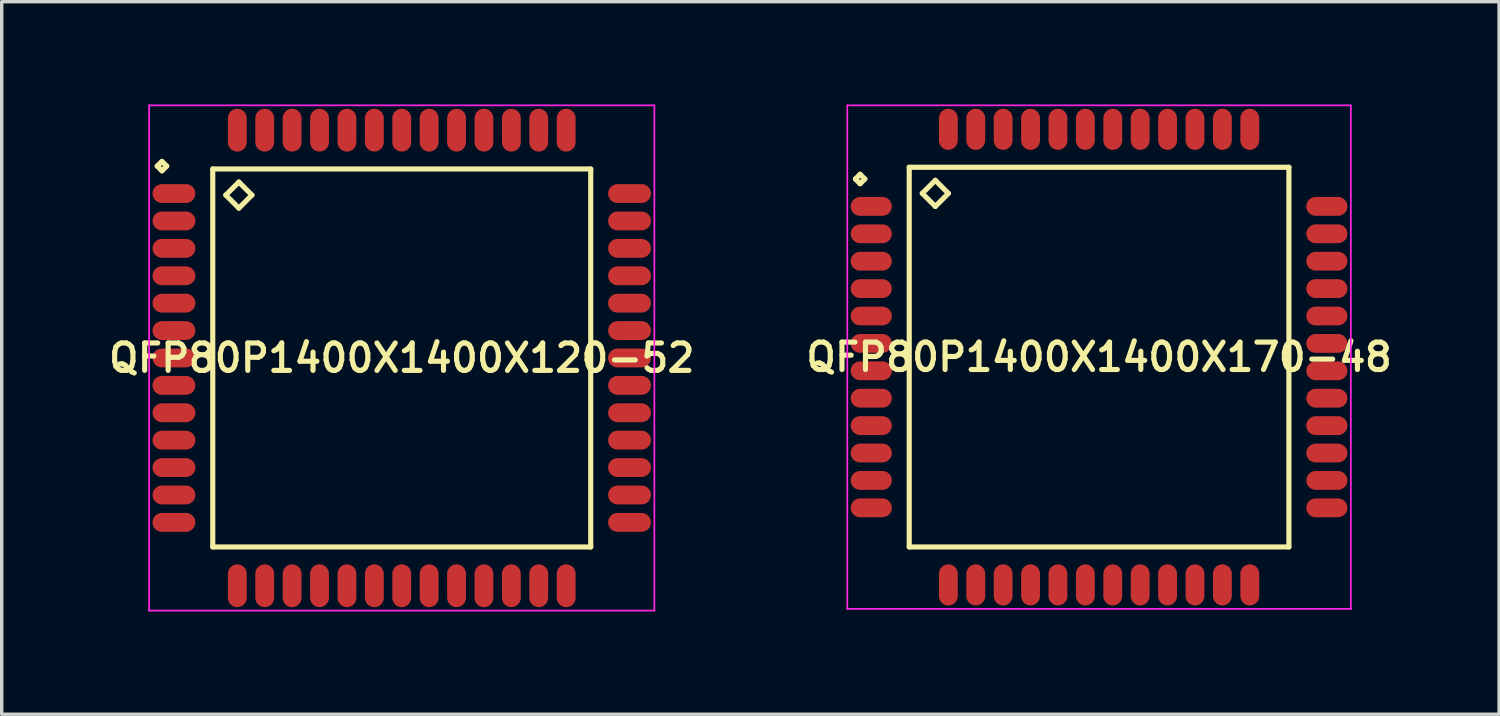
<source format=kicad_pcb>
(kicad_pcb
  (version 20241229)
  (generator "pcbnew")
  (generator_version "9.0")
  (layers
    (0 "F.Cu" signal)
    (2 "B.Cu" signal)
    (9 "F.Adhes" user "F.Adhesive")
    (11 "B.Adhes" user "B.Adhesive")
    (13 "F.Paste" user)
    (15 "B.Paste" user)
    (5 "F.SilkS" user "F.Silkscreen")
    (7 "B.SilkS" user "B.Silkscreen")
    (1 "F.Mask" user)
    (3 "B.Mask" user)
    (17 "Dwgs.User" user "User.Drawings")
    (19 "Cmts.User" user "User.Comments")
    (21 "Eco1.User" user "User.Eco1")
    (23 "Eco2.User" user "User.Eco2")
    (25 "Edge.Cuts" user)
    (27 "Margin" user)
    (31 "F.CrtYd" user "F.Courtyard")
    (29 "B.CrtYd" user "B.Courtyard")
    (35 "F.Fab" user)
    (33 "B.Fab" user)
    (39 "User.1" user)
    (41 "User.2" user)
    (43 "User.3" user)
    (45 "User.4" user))
  (footprint "QFP80P1400X1400X120-52"
    (layer "F.Cu")
    (at 8.678 7.4)
    (property "Reference" "QFP80P1400X1400X120-52" (at 0 0 0) (layer "F.SilkS") (effects (font (size 0.8 0.8) (thickness 0.15))))
    (attr smd)
    (fp_line (start -7.138 -5.6) (end -7 -5.737) (stroke (width 0.15) (type solid)) (layer "F.SilkS"))
    (fp_line (start -7 -5.737) (end -6.862 -5.6) (stroke (width 0.15) (type solid)) (layer "F.SilkS"))
    (fp_line (start -7 -5.463) (end -7.138 -5.6) (stroke (width 0.15) (type solid)) (layer "F.SilkS"))
    (fp_line (start -6.862 -5.6) (end -7 -5.463) (stroke (width 0.15) (type solid)) (layer "F.SilkS"))
    (fp_line (start -5.517 -5.517) (end -5.517 5.517) (stroke (width 0.15) (type solid)) (layer "F.SilkS"))
    (fp_line (start -5.517 5.517) (end 5.517 5.517) (stroke (width 0.15) (type solid)) (layer "F.SilkS"))
    (fp_line (start -5.136 -4.755) (end -4.755 -5.136) (stroke (width 0.15) (type solid)) (layer "F.SilkS"))
    (fp_line (start -4.755 -5.136) (end -4.374 -4.755) (stroke (width 0.15) (type solid)) (layer "F.SilkS"))
    (fp_line (start -4.755 -4.374) (end -5.136 -4.755) (stroke (width 0.15) (type solid)) (layer "F.SilkS"))
    (fp_line (start -4.374 -4.755) (end -4.755 -4.374) (stroke (width 0.15) (type solid)) (layer "F.SilkS"))
    (fp_line (start 5.517 -5.517) (end -5.517 -5.517) (stroke (width 0.15) (type solid)) (layer "F.SilkS"))
    (fp_line (start 5.517 5.517) (end 5.517 -5.517) (stroke (width 0.15) (type solid)) (layer "F.SilkS"))
    (fp_line (start -7.375 -7.375) (end 7.375 -7.375) (stroke (width 0.05) (type solid)) (layer "F.CrtYd"))
    (fp_line (start -7.375 7.375) (end -7.375 -7.375) (stroke (width 0.05) (type solid)) (layer "F.CrtYd"))
    (fp_line (start 7.375 -7.375) (end 7.375 7.375) (stroke (width 0.05) (type solid)) (layer "F.CrtYd"))
    (fp_line (start 7.375 7.375) (end -7.375 7.375) (stroke (width 0.05) (type solid)) (layer "F.CrtYd"))
    (pad "1" smd oval (at -6.65 -4.8) (size 1.25 0.55) (layers "F.Cu" "F.Mask" "F.Paste"))
    (pad "2" smd oval (at -6.65 -4) (size 1.25 0.55) (layers "F.Cu" "F.Mask" "F.Paste"))
    (pad "3" smd oval (at -6.65 -3.2) (size 1.25 0.55) (layers "F.Cu" "F.Mask" "F.Paste"))
    (pad "4" smd oval (at -6.65 -2.4) (size 1.25 0.55) (layers "F.Cu" "F.Mask" "F.Paste"))
    (pad "5" smd oval (at -6.65 -1.6) (size 1.25 0.55) (layers "F.Cu" "F.Mask" "F.Paste"))
    (pad "6" smd oval (at -6.65 -0.8) (size 1.25 0.55) (layers "F.Cu" "F.Mask" "F.Paste"))
    (pad "7" smd oval (at -6.65 0) (size 1.25 0.55) (layers "F.Cu" "F.Mask" "F.Paste"))
    (pad "8" smd oval (at -6.65 0.8) (size 1.25 0.55) (layers "F.Cu" "F.Mask" "F.Paste"))
    (pad "9" smd oval (at -6.65 1.6) (size 1.25 0.55) (layers "F.Cu" "F.Mask" "F.Paste"))
    (pad "10" smd oval (at -6.65 2.4) (size 1.25 0.55) (layers "F.Cu" "F.Mask" "F.Paste"))
    (pad "11" smd oval (at -6.65 3.2) (size 1.25 0.55) (layers "F.Cu" "F.Mask" "F.Paste"))
    (pad "12" smd oval (at -6.65 4) (size 1.25 0.55) (layers "F.Cu" "F.Mask" "F.Paste"))
    (pad "13" smd oval (at -6.65 4.8) (size 1.25 0.55) (layers "F.Cu" "F.Mask" "F.Paste"))
    (pad "14" smd oval (at -4.8 6.65) (size 0.55 1.25) (layers "F.Cu" "F.Mask" "F.Paste"))
    (pad "15" smd oval (at -4 6.65) (size 0.55 1.25) (layers "F.Cu" "F.Mask" "F.Paste"))
    (pad "16" smd oval (at -3.2 6.65) (size 0.55 1.25) (layers "F.Cu" "F.Mask" "F.Paste"))
    (pad "17" smd oval (at -2.4 6.65) (size 0.55 1.25) (layers "F.Cu" "F.Mask" "F.Paste"))
    (pad "18" smd oval (at -1.6 6.65) (size 0.55 1.25) (layers "F.Cu" "F.Mask" "F.Paste"))
    (pad "19" smd oval (at -0.8 6.65) (size 0.55 1.25) (layers "F.Cu" "F.Mask" "F.Paste"))
    (pad "20" smd oval (at 0 6.65) (size 0.55 1.25) (layers "F.Cu" "F.Mask" "F.Paste"))
    (pad "21" smd oval (at 0.8 6.65) (size 0.55 1.25) (layers "F.Cu" "F.Mask" "F.Paste"))
    (pad "22" smd oval (at 1.6 6.65) (size 0.55 1.25) (layers "F.Cu" "F.Mask" "F.Paste"))
    (pad "23" smd oval (at 2.4 6.65) (size 0.55 1.25) (layers "F.Cu" "F.Mask" "F.Paste"))
    (pad "24" smd oval (at 3.2 6.65) (size 0.55 1.25) (layers "F.Cu" "F.Mask" "F.Paste"))
    (pad "25" smd oval (at 4 6.65) (size 0.55 1.25) (layers "F.Cu" "F.Mask" "F.Paste"))
    (pad "26" smd oval (at 4.8 6.65) (size 0.55 1.25) (layers "F.Cu" "F.Mask" "F.Paste"))
    (pad "27" smd oval (at 6.65 4.8) (size 1.25 0.55) (layers "F.Cu" "F.Mask" "F.Paste"))
    (pad "28" smd oval (at 6.65 4) (size 1.25 0.55) (layers "F.Cu" "F.Mask" "F.Paste"))
    (pad "29" smd oval (at 6.65 3.2) (size 1.25 0.55) (layers "F.Cu" "F.Mask" "F.Paste"))
    (pad "30" smd oval (at 6.65 2.4) (size 1.25 0.55) (layers "F.Cu" "F.Mask" "F.Paste"))
    (pad "31" smd oval (at 6.65 1.6) (size 1.25 0.55) (layers "F.Cu" "F.Mask" "F.Paste"))
    (pad "32" smd oval (at 6.65 0.8) (size 1.25 0.55) (layers "F.Cu" "F.Mask" "F.Paste"))
    (pad "33" smd oval (at 6.65 0) (size 1.25 0.55) (layers "F.Cu" "F.Mask" "F.Paste"))
    (pad "34" smd oval (at 6.65 -0.8) (size 1.25 0.55) (layers "F.Cu" "F.Mask" "F.Paste"))
    (pad "35" smd oval (at 6.65 -1.6) (size 1.25 0.55) (layers "F.Cu" "F.Mask" "F.Paste"))
    (pad "36" smd oval (at 6.65 -2.4) (size 1.25 0.55) (layers "F.Cu" "F.Mask" "F.Paste"))
    (pad "37" smd oval (at 6.65 -3.2) (size 1.25 0.55) (layers "F.Cu" "F.Mask" "F.Paste"))
    (pad "38" smd oval (at 6.65 -4) (size 1.25 0.55) (layers "F.Cu" "F.Mask" "F.Paste"))
    (pad "39" smd oval (at 6.65 -4.8) (size 1.25 0.55) (layers "F.Cu" "F.Mask" "F.Paste"))
    (pad "40" smd oval (at 4.8 -6.65) (size 0.55 1.25) (layers "F.Cu" "F.Mask" "F.Paste"))
    (pad "41" smd oval (at 4 -6.65) (size 0.55 1.25) (layers "F.Cu" "F.Mask" "F.Paste"))
    (pad "42" smd oval (at 3.2 -6.65) (size 0.55 1.25) (layers "F.Cu" "F.Mask" "F.Paste"))
    (pad "43" smd oval (at 2.4 -6.65) (size 0.55 1.25) (layers "F.Cu" "F.Mask" "F.Paste"))
    (pad "44" smd oval (at 1.6 -6.65) (size 0.55 1.25) (layers "F.Cu" "F.Mask" "F.Paste"))
    (pad "45" smd oval (at 0.8 -6.65) (size 0.55 1.25) (layers "F.Cu" "F.Mask" "F.Paste"))
    (pad "46" smd oval (at 0 -6.65) (size 0.55 1.25) (layers "F.Cu" "F.Mask" "F.Paste"))
    (pad "47" smd oval (at -0.8 -6.65) (size 0.55 1.25) (layers "F.Cu" "F.Mask" "F.Paste"))
    (pad "48" smd oval (at -1.6 -6.65) (size 0.55 1.25) (layers "F.Cu" "F.Mask" "F.Paste"))
    (pad "49" smd oval (at -2.4 -6.65) (size 0.55 1.25) (layers "F.Cu" "F.Mask" "F.Paste"))
    (pad "50" smd oval (at -3.2 -6.65) (size 0.55 1.25) (layers "F.Cu" "F.Mask" "F.Paste"))
    (pad "51" smd oval (at -4 -6.65) (size 0.55 1.25) (layers "F.Cu" "F.Mask" "F.Paste"))
    (pad "52" smd oval (at -4.8 -6.65) (size 0.55 1.25) (layers "F.Cu" "F.Mask" "F.Paste")))
  (footprint "QFP80P1400X1400X170-48"
    (layer "F.Cu")
    (at 29.035 7.375)
    (property "Reference" "QFP80P1400X1400X170-48" (at 0 0 0) (layer "F.SilkS") (effects (font (size 0.8 0.8) (thickness 0.15))))
    (attr smd)
    (fp_line (start -7.112 -5.2) (end -6.975 -5.338) (stroke (width 0.15) (type solid)) (layer "F.SilkS"))
    (fp_line (start -6.975 -5.338) (end -6.838 -5.2) (stroke (width 0.15) (type solid)) (layer "F.SilkS"))
    (fp_line (start -6.975 -5.062) (end -7.112 -5.2) (stroke (width 0.15) (type solid)) (layer "F.SilkS"))
    (fp_line (start -6.838 -5.2) (end -6.975 -5.062) (stroke (width 0.15) (type solid)) (layer "F.SilkS"))
    (fp_line (start -5.542 -5.542) (end -5.542 5.542) (stroke (width 0.15) (type solid)) (layer "F.SilkS"))
    (fp_line (start -5.542 5.542) (end 5.542 5.542) (stroke (width 0.15) (type solid)) (layer "F.SilkS"))
    (fp_line (start -5.161 -4.78) (end -4.78 -5.161) (stroke (width 0.15) (type solid)) (layer "F.SilkS"))
    (fp_line (start -4.78 -5.161) (end -4.399 -4.78) (stroke (width 0.15) (type solid)) (layer "F.SilkS"))
    (fp_line (start -4.78 -4.399) (end -5.161 -4.78) (stroke (width 0.15) (type solid)) (layer "F.SilkS"))
    (fp_line (start -4.399 -4.78) (end -4.78 -4.399) (stroke (width 0.15) (type solid)) (layer "F.SilkS"))
    (fp_line (start 5.542 -5.542) (end -5.542 -5.542) (stroke (width 0.15) (type solid)) (layer "F.SilkS"))
    (fp_line (start 5.542 5.542) (end 5.542 -5.542) (stroke (width 0.15) (type solid)) (layer "F.SilkS"))
    (fp_line (start -7.35 -7.35) (end 7.35 -7.35) (stroke (width 0.05) (type solid)) (layer "F.CrtYd"))
    (fp_line (start -7.35 7.35) (end -7.35 -7.35) (stroke (width 0.05) (type solid)) (layer "F.CrtYd"))
    (fp_line (start 7.35 -7.35) (end 7.35 7.35) (stroke (width 0.05) (type solid)) (layer "F.CrtYd"))
    (fp_line (start 7.35 7.35) (end -7.35 7.35) (stroke (width 0.05) (type solid)) (layer "F.CrtYd"))
    (pad "1" smd oval (at -6.65 -4.4) (size 1.2 0.55) (layers "F.Cu" "F.Mask" "F.Paste"))
    (pad "2" smd oval (at -6.65 -3.6) (size 1.2 0.55) (layers "F.Cu" "F.Mask" "F.Paste"))
    (pad "3" smd oval (at -6.65 -2.8) (size 1.2 0.55) (layers "F.Cu" "F.Mask" "F.Paste"))
    (pad "4" smd oval (at -6.65 -2) (size 1.2 0.55) (layers "F.Cu" "F.Mask" "F.Paste"))
    (pad "5" smd oval (at -6.65 -1.2) (size 1.2 0.55) (layers "F.Cu" "F.Mask" "F.Paste"))
    (pad "6" smd oval (at -6.65 -0.4) (size 1.2 0.55) (layers "F.Cu" "F.Mask" "F.Paste"))
    (pad "7" smd oval (at -6.65 0.4) (size 1.2 0.55) (layers "F.Cu" "F.Mask" "F.Paste"))
    (pad "8" smd oval (at -6.65 1.2) (size 1.2 0.55) (layers "F.Cu" "F.Mask" "F.Paste"))
    (pad "9" smd oval (at -6.65 2) (size 1.2 0.55) (layers "F.Cu" "F.Mask" "F.Paste"))
    (pad "10" smd oval (at -6.65 2.8) (size 1.2 0.55) (layers "F.Cu" "F.Mask" "F.Paste"))
    (pad "11" smd oval (at -6.65 3.6) (size 1.2 0.55) (layers "F.Cu" "F.Mask" "F.Paste"))
    (pad "12" smd oval (at -6.65 4.4) (size 1.2 0.55) (layers "F.Cu" "F.Mask" "F.Paste"))
    (pad "13" smd oval (at -4.4 6.65) (size 0.55 1.2) (layers "F.Cu" "F.Mask" "F.Paste"))
    (pad "14" smd oval (at -3.6 6.65) (size 0.55 1.2) (layers "F.Cu" "F.Mask" "F.Paste"))
    (pad "15" smd oval (at -2.8 6.65) (size 0.55 1.2) (layers "F.Cu" "F.Mask" "F.Paste"))
    (pad "16" smd oval (at -2 6.65) (size 0.55 1.2) (layers "F.Cu" "F.Mask" "F.Paste"))
    (pad "17" smd oval (at -1.2 6.65) (size 0.55 1.2) (layers "F.Cu" "F.Mask" "F.Paste"))
    (pad "18" smd oval (at -0.4 6.65) (size 0.55 1.2) (layers "F.Cu" "F.Mask" "F.Paste"))
    (pad "19" smd oval (at 0.4 6.65) (size 0.55 1.2) (layers "F.Cu" "F.Mask" "F.Paste"))
    (pad "20" smd oval (at 1.2 6.65) (size 0.55 1.2) (layers "F.Cu" "F.Mask" "F.Paste"))
    (pad "21" smd oval (at 2 6.65) (size 0.55 1.2) (layers "F.Cu" "F.Mask" "F.Paste"))
    (pad "22" smd oval (at 2.8 6.65) (size 0.55 1.2) (layers "F.Cu" "F.Mask" "F.Paste"))
    (pad "23" smd oval (at 3.6 6.65) (size 0.55 1.2) (layers "F.Cu" "F.Mask" "F.Paste"))
    (pad "24" smd oval (at 4.4 6.65) (size 0.55 1.2) (layers "F.Cu" "F.Mask" "F.Paste"))
    (pad "25" smd oval (at 6.65 4.4) (size 1.2 0.55) (layers "F.Cu" "F.Mask" "F.Paste"))
    (pad "26" smd oval (at 6.65 3.6) (size 1.2 0.55) (layers "F.Cu" "F.Mask" "F.Paste"))
    (pad "27" smd oval (at 6.65 2.8) (size 1.2 0.55) (layers "F.Cu" "F.Mask" "F.Paste"))
    (pad "28" smd oval (at 6.65 2) (size 1.2 0.55) (layers "F.Cu" "F.Mask" "F.Paste"))
    (pad "29" smd oval (at 6.65 1.2) (size 1.2 0.55) (layers "F.Cu" "F.Mask" "F.Paste"))
    (pad "30" smd oval (at 6.65 0.4) (size 1.2 0.55) (layers "F.Cu" "F.Mask" "F.Paste"))
    (pad "31" smd oval (at 6.65 -0.4) (size 1.2 0.55) (layers "F.Cu" "F.Mask" "F.Paste"))
    (pad "32" smd oval (at 6.65 -1.2) (size 1.2 0.55) (layers "F.Cu" "F.Mask" "F.Paste"))
    (pad "33" smd oval (at 6.65 -2) (size 1.2 0.55) (layers "F.Cu" "F.Mask" "F.Paste"))
    (pad "34" smd oval (at 6.65 -2.8) (size 1.2 0.55) (layers "F.Cu" "F.Mask" "F.Paste"))
    (pad "35" smd oval (at 6.65 -3.6) (size 1.2 0.55) (layers "F.Cu" "F.Mask" "F.Paste"))
    (pad "36" smd oval (at 6.65 -4.4) (size 1.2 0.55) (layers "F.Cu" "F.Mask" "F.Paste"))
    (pad "37" smd oval (at 4.4 -6.65) (size 0.55 1.2) (layers "F.Cu" "F.Mask" "F.Paste"))
    (pad "38" smd oval (at 3.6 -6.65) (size 0.55 1.2) (layers "F.Cu" "F.Mask" "F.Paste"))
    (pad "39" smd oval (at 2.8 -6.65) (size 0.55 1.2) (layers "F.Cu" "F.Mask" "F.Paste"))
    (pad "40" smd oval (at 2 -6.65) (size 0.55 1.2) (layers "F.Cu" "F.Mask" "F.Paste"))
    (pad "41" smd oval (at 1.2 -6.65) (size 0.55 1.2) (layers "F.Cu" "F.Mask" "F.Paste"))
    (pad "42" smd oval (at 0.4 -6.65) (size 0.55 1.2) (layers "F.Cu" "F.Mask" "F.Paste"))
    (pad "43" smd oval (at -0.4 -6.65) (size 0.55 1.2) (layers "F.Cu" "F.Mask" "F.Paste"))
    (pad "44" smd oval (at -1.2 -6.65) (size 0.55 1.2) (layers "F.Cu" "F.Mask" "F.Paste"))
    (pad "45" smd oval (at -2 -6.65) (size 0.55 1.2) (layers "F.Cu" "F.Mask" "F.Paste"))
    (pad "46" smd oval (at -2.8 -6.65) (size 0.55 1.2) (layers "F.Cu" "F.Mask" "F.Paste"))
    (pad "47" smd oval (at -3.6 -6.65) (size 0.55 1.2) (layers "F.Cu" "F.Mask" "F.Paste"))
    (pad "48" smd oval (at -4.4 -6.65) (size 0.55 1.2) (layers "F.Cu" "F.Mask" "F.Paste")))
  (gr_rect
    (start -3 -3)
    (end 40.713 17.8)
    (stroke (width 0.1) (type default))
    (fill no)
    (layer "Edge.Cuts")))
</source>
